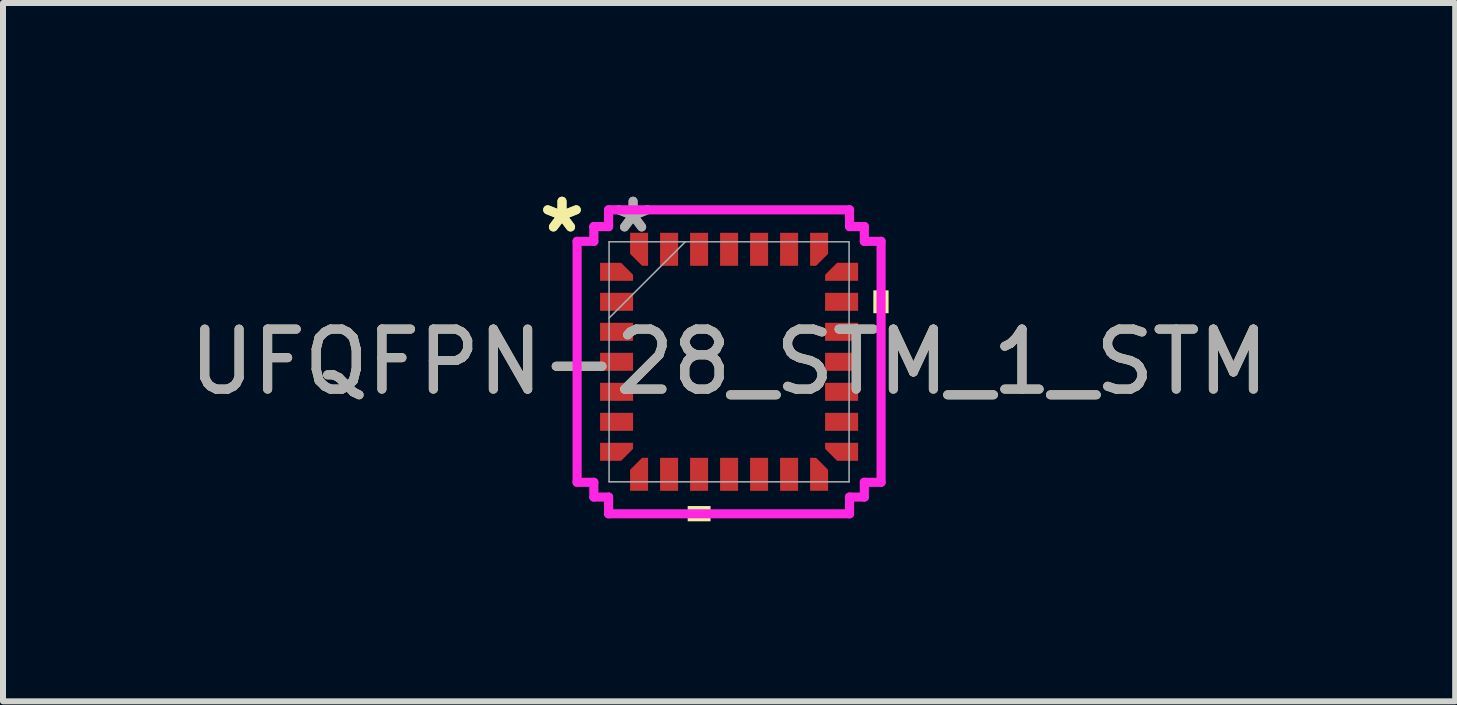
<source format=kicad_pcb>
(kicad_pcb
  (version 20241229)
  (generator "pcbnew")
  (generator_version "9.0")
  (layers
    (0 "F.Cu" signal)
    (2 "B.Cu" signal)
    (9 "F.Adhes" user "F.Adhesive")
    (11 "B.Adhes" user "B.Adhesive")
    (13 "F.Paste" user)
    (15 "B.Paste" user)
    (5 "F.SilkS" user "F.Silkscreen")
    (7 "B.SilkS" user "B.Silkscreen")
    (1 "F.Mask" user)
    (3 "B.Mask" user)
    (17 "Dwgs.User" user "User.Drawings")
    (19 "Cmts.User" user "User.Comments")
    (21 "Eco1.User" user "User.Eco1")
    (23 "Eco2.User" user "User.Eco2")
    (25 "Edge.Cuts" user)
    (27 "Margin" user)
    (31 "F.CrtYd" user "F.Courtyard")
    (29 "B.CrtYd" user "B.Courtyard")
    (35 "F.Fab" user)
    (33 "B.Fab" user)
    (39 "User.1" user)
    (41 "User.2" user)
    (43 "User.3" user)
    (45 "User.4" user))
  (footprint "UFQFPN-28_STM_1_STM"
    (layer "F.Cu")
    (at 9.101 2.98)
    (property "Reference" "UFQFPN-28_STM_1_STM" (at 0 0 0) (unlocked yes) (layer "F.SilkS") (effects (font (size 1 1) (thickness 0.15))))
    (attr smd)
    (fp_poly (pts (xy -2.15 1.35) (xy -1.6 1.35) (xy -1.6 1.45) (xy -1.8 1.65) (xy -2.15 1.65)) (stroke (width 0) (type solid)) (fill yes) (layer "F.Cu"))
    (fp_poly (pts (xy -2.15 -1.35) (xy -1.6 -1.35) (xy -1.6 -1.45) (xy -1.8 -1.65) (xy -2.15 -1.65)) (stroke (width 0) (type solid)) (fill yes) (layer "F.Cu"))
    (fp_poly (pts (xy -1.35 -2.15) (xy -1.35 -1.6) (xy -1.45 -1.6) (xy -1.65 -1.8) (xy -1.65 -2.15)) (stroke (width 0) (type solid)) (fill yes) (layer "F.Cu"))
    (fp_poly (pts (xy -1.35 2.15) (xy -1.35 1.6) (xy -1.45 1.6) (xy -1.65 1.8) (xy -1.65 2.15)) (stroke (width 0) (type solid)) (fill yes) (layer "F.Cu"))
    (fp_poly (pts (xy 1.35 -2.15) (xy 1.35 -1.6) (xy 1.45 -1.6) (xy 1.65 -1.8) (xy 1.65 -2.15)) (stroke (width 0) (type solid)) (fill yes) (layer "F.Cu"))
    (fp_poly (pts (xy 1.35 2.15) (xy 1.35 1.6) (xy 1.45 1.6) (xy 1.65 1.8) (xy 1.65 2.15)) (stroke (width 0) (type solid)) (fill yes) (layer "F.Cu"))
    (fp_poly (pts (xy 2.15 1.35) (xy 1.6 1.35) (xy 1.6 1.45) (xy 1.8 1.65) (xy 2.15 1.65)) (stroke (width 0) (type solid)) (fill yes) (layer "F.Cu"))
    (fp_poly (pts (xy 2.15 -1.35) (xy 1.6 -1.35) (xy 1.6 -1.45) (xy 1.8 -1.65) (xy 2.15 -1.65)) (stroke (width 0) (type solid)) (fill yes) (layer "F.Cu"))
    (fp_poly (pts (xy -2.15 1.35) (xy -1.6 1.35) (xy -1.6 1.45) (xy -1.8 1.65) (xy -2.15 1.65)) (stroke (width 0) (type solid)) (fill yes) (layer "F.Mask"))
    (fp_poly (pts (xy -2.15 -1.35) (xy -1.6 -1.35) (xy -1.6 -1.45) (xy -1.8 -1.65) (xy -2.15 -1.65)) (stroke (width 0) (type solid)) (fill yes) (layer "F.Mask"))
    (fp_poly (pts (xy -1.35 -2.15) (xy -1.35 -1.6) (xy -1.45 -1.6) (xy -1.65 -1.8) (xy -1.65 -2.15)) (stroke (width 0) (type solid)) (fill yes) (layer "F.Mask"))
    (fp_poly (pts (xy -1.35 2.15) (xy -1.35 1.6) (xy -1.45 1.6) (xy -1.65 1.8) (xy -1.65 2.15)) (stroke (width 0) (type solid)) (fill yes) (layer "F.Mask"))
    (fp_poly (pts (xy 1.35 -2.15) (xy 1.35 -1.6) (xy 1.45 -1.6) (xy 1.65 -1.8) (xy 1.65 -2.15)) (stroke (width 0) (type solid)) (fill yes) (layer "F.Mask"))
    (fp_poly (pts (xy 1.35 2.15) (xy 1.35 1.6) (xy 1.45 1.6) (xy 1.65 1.8) (xy 1.65 2.15)) (stroke (width 0) (type solid)) (fill yes) (layer "F.Mask"))
    (fp_poly (pts (xy 2.15 1.35) (xy 1.6 1.35) (xy 1.6 1.45) (xy 1.8 1.65) (xy 2.15 1.65)) (stroke (width 0) (type solid)) (fill yes) (layer "F.Mask"))
    (fp_poly (pts (xy 2.15 -1.35) (xy 1.6 -1.35) (xy 1.6 -1.45) (xy 1.8 -1.65) (xy 2.15 -1.65)) (stroke (width 0) (type solid)) (fill yes) (layer "F.Mask"))
    (fp_poly (pts (xy -0.69 2.404) (xy -0.69 2.658) (xy -0.309 2.658) (xy -0.309 2.404)) (stroke (width 0) (type solid)) (fill yes) (layer "F.SilkS"))
    (fp_poly (pts (xy 2.658 -1.191) (xy 2.658 -0.81) (xy 2.404 -0.81) (xy 2.404 -1.191)) (stroke (width 0) (type solid)) (fill yes) (layer "F.SilkS"))
    (fp_poly (pts (xy -2.15 1.35) (xy -1.6 1.35) (xy -1.6 1.45) (xy -1.8 1.65) (xy -2.15 1.65)) (stroke (width 0) (type solid)) (fill yes) (layer "F.Paste"))
    (fp_poly (pts (xy -2.15 -1.35) (xy -1.6 -1.35) (xy -1.6 -1.45) (xy -1.8 -1.65) (xy -2.15 -1.65)) (stroke (width 0) (type solid)) (fill yes) (layer "F.Paste"))
    (fp_poly (pts (xy -1.35 -2.15) (xy -1.35 -1.6) (xy -1.45 -1.6) (xy -1.65 -1.8) (xy -1.65 -2.15)) (stroke (width 0) (type solid)) (fill yes) (layer "F.Paste"))
    (fp_poly (pts (xy -1.35 2.15) (xy -1.35 1.6) (xy -1.45 1.6) (xy -1.65 1.8) (xy -1.65 2.15)) (stroke (width 0) (type solid)) (fill yes) (layer "F.Paste"))
    (fp_poly (pts (xy 1.35 -2.15) (xy 1.35 -1.6) (xy 1.45 -1.6) (xy 1.65 -1.8) (xy 1.65 -2.15)) (stroke (width 0) (type solid)) (fill yes) (layer "F.Paste"))
    (fp_poly (pts (xy 1.35 2.15) (xy 1.35 1.6) (xy 1.45 1.6) (xy 1.65 1.8) (xy 1.65 2.15)) (stroke (width 0) (type solid)) (fill yes) (layer "F.Paste"))
    (fp_poly (pts (xy 2.15 1.35) (xy 1.6 1.35) (xy 1.6 1.45) (xy 1.8 1.65) (xy 2.15 1.65)) (stroke (width 0) (type solid)) (fill yes) (layer "F.Paste"))
    (fp_poly (pts (xy 2.15 -1.35) (xy 1.6 -1.35) (xy 1.6 -1.45) (xy 1.8 -1.65) (xy 2.15 -1.65)) (stroke (width 0) (type solid)) (fill yes) (layer "F.Paste"))
    (fp_line (start -2.533 -2.008) (end -2.254 -2.008) (stroke (width 0.152) (type solid)) (layer "F.CrtYd"))
    (fp_line (start -2.533 2.008) (end -2.533 -2.008) (stroke (width 0.152) (type solid)) (layer "F.CrtYd"))
    (fp_line (start -2.254 -2.254) (end -2.008 -2.254) (stroke (width 0.152) (type solid)) (layer "F.CrtYd"))
    (fp_line (start -2.254 -2.008) (end -2.254 -2.254) (stroke (width 0.152) (type solid)) (layer "F.CrtYd"))
    (fp_line (start -2.254 2.008) (end -2.533 2.008) (stroke (width 0.152) (type solid)) (layer "F.CrtYd"))
    (fp_line (start -2.254 2.254) (end -2.254 2.008) (stroke (width 0.152) (type solid)) (layer "F.CrtYd"))
    (fp_line (start -2.008 -2.533) (end 2.008 -2.533) (stroke (width 0.152) (type solid)) (layer "F.CrtYd"))
    (fp_line (start -2.008 -2.254) (end -2.008 -2.533) (stroke (width 0.152) (type solid)) (layer "F.CrtYd"))
    (fp_line (start -2.008 2.254) (end -2.254 2.254) (stroke (width 0.152) (type solid)) (layer "F.CrtYd"))
    (fp_line (start -2.008 2.533) (end -2.008 2.254) (stroke (width 0.152) (type solid)) (layer "F.CrtYd"))
    (fp_line (start 2.008 -2.533) (end 2.008 -2.254) (stroke (width 0.152) (type solid)) (layer "F.CrtYd"))
    (fp_line (start 2.008 -2.254) (end 2.254 -2.254) (stroke (width 0.152) (type solid)) (layer "F.CrtYd"))
    (fp_line (start 2.008 2.254) (end 2.008 2.533) (stroke (width 0.152) (type solid)) (layer "F.CrtYd"))
    (fp_line (start 2.008 2.533) (end -2.008 2.533) (stroke (width 0.152) (type solid)) (layer "F.CrtYd"))
    (fp_line (start 2.254 -2.254) (end 2.254 -2.008) (stroke (width 0.152) (type solid)) (layer "F.CrtYd"))
    (fp_line (start 2.254 -2.008) (end 2.533 -2.008) (stroke (width 0.152) (type solid)) (layer "F.CrtYd"))
    (fp_line (start 2.254 2.008) (end 2.254 2.254) (stroke (width 0.152) (type solid)) (layer "F.CrtYd"))
    (fp_line (start 2.254 2.254) (end 2.008 2.254) (stroke (width 0.152) (type solid)) (layer "F.CrtYd"))
    (fp_line (start 2.533 -2.008) (end 2.533 2.008) (stroke (width 0.152) (type solid)) (layer "F.CrtYd"))
    (fp_line (start 2.533 2.008) (end 2.254 2.008) (stroke (width 0.152) (type solid)) (layer "F.CrtYd"))
    (fp_line (start -2 -2) (end -2 2) (stroke (width 0.025) (type solid)) (layer "F.Fab"))
    (fp_line (start -2 -0.73) (end -0.73 -2) (stroke (width 0.025) (type solid)) (layer "F.Fab"))
    (fp_line (start -2 2) (end 2 2) (stroke (width 0.025) (type solid)) (layer "F.Fab"))
    (fp_line (start 2 -2) (end -2 -2) (stroke (width 0.025) (type solid)) (layer "F.Fab"))
    (fp_line (start 2 2) (end 2 -2) (stroke (width 0.025) (type solid)) (layer "F.Fab"))
    (fp_text user "*" (at -2.785 -2.131 0) (layer "F.SilkS") (effects (font (size 1 1) (thickness 0.15))))
    (fp_text user "*" (at -2.785 -2.131 0) (unlocked yes) (layer "F.SilkS") (effects (font (size 1 1) (thickness 0.15))))
    (fp_text user "${REFERENCE}" (at 0 0 0) (unlocked yes) (layer "F.Fab") (effects (font (size 1 1) (thickness 0.15))))
    (fp_text user "*" (at -1.6 -2.131 0) (unlocked yes) (layer "F.Fab") (effects (font (size 1 1) (thickness 0.15))))
    (fp_text user "*" (at -1.6 -2.131 0) (layer "F.Fab") (effects (font (size 1 1) (thickness 0.15))))
    (pad "1" smd rect (at -1.875 -1.5 90) (size 0.2 0.2) (layers "F.Cu" "F.Mask" "F.Paste"))
    (pad "2" smd rect (at -1.875 -1 90) (size 0.3 0.55) (layers "F.Cu" "F.Mask" "F.Paste"))
    (pad "3" smd rect (at -1.875 -0.5 90) (size 0.3 0.55) (layers "F.Cu" "F.Mask" "F.Paste"))
    (pad "4" smd rect (at -1.875 0 90) (size 0.3 0.55) (layers "F.Cu" "F.Mask" "F.Paste"))
    (pad "5" smd rect (at -1.875 0.5 90) (size 0.3 0.55) (layers "F.Cu" "F.Mask" "F.Paste"))
    (pad "6" smd rect (at -1.875 1 90) (size 0.3 0.55) (layers "F.Cu" "F.Mask" "F.Paste"))
    (pad "7" smd rect (at -1.875 1.5 90) (size 0.2 0.2) (layers "F.Cu" "F.Mask" "F.Paste"))
    (pad "8" smd rect (at -1.5 1.875) (size 0.2 0.2) (layers "F.Cu" "F.Mask" "F.Paste"))
    (pad "9" smd rect (at -1 1.875) (size 0.3 0.55) (layers "F.Cu" "F.Mask" "F.Paste"))
    (pad "10" smd rect (at -0.5 1.875) (size 0.3 0.55) (layers "F.Cu" "F.Mask" "F.Paste"))
    (pad "11" smd rect (at 0 1.875) (size 0.3 0.55) (layers "F.Cu" "F.Mask" "F.Paste"))
    (pad "12" smd rect (at 0.5 1.875) (size 0.3 0.55) (layers "F.Cu" "F.Mask" "F.Paste"))
    (pad "13" smd rect (at 1 1.875) (size 0.3 0.55) (layers "F.Cu" "F.Mask" "F.Paste"))
    (pad "14" smd rect (at 1.5 1.875) (size 0.2 0.2) (layers "F.Cu" "F.Mask" "F.Paste"))
    (pad "15" smd rect (at 1.875 1.5 90) (size 0.2 0.2) (layers "F.Cu" "F.Mask" "F.Paste"))
    (pad "16" smd rect (at 1.875 1 90) (size 0.3 0.55) (layers "F.Cu" "F.Mask" "F.Paste"))
    (pad "17" smd rect (at 1.875 0.5 90) (size 0.3 0.55) (layers "F.Cu" "F.Mask" "F.Paste"))
    (pad "18" smd rect (at 1.875 0 90) (size 0.3 0.55) (layers "F.Cu" "F.Mask" "F.Paste"))
    (pad "19" smd rect (at 1.875 -0.5 90) (size 0.3 0.55) (layers "F.Cu" "F.Mask" "F.Paste"))
    (pad "20" smd rect (at 1.875 -1 90) (size 0.3 0.55) (layers "F.Cu" "F.Mask" "F.Paste"))
    (pad "21" smd rect (at 1.875 -1.5 90) (size 0.2 0.2) (layers "F.Cu" "F.Mask" "F.Paste"))
    (pad "22" smd rect (at 1.5 -1.875) (size 0.2 0.2) (layers "F.Cu" "F.Mask" "F.Paste"))
    (pad "23" smd rect (at 1 -1.875) (size 0.3 0.55) (layers "F.Cu" "F.Mask" "F.Paste"))
    (pad "24" smd rect (at 0.5 -1.875) (size 0.3 0.55) (layers "F.Cu" "F.Mask" "F.Paste"))
    (pad "25" smd rect (at 0 -1.875) (size 0.3 0.55) (layers "F.Cu" "F.Mask" "F.Paste"))
    (pad "26" smd rect (at -0.5 -1.875) (size 0.3 0.55) (layers "F.Cu" "F.Mask" "F.Paste"))
    (pad "27" smd rect (at -1 -1.875) (size 0.3 0.55) (layers "F.Cu" "F.Mask" "F.Paste"))
    (pad "28" smd rect (at -1.5 -1.875) (size 0.2 0.2) (layers "F.Cu" "F.Mask" "F.Paste")))
  (gr_rect
    (start -3 -3)
    (end 21.202 8.638)
    (stroke (width 0.1) (type default))
    (fill no)
    (layer "Edge.Cuts")))
</source>
